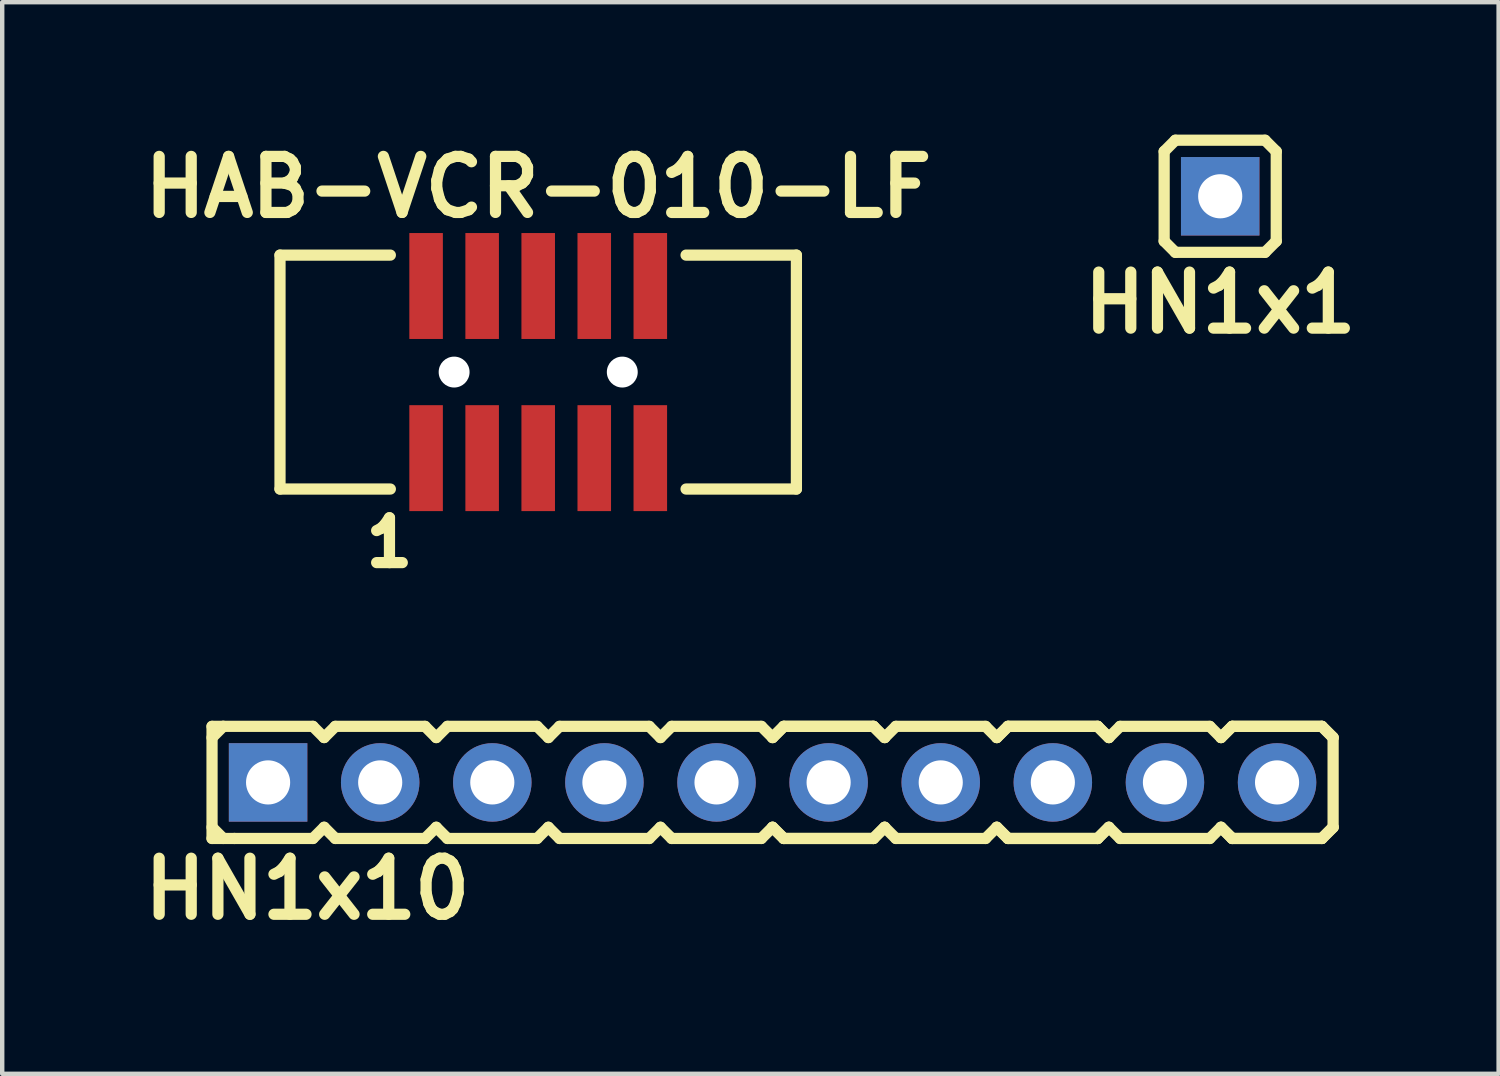
<source format=kicad_pcb>
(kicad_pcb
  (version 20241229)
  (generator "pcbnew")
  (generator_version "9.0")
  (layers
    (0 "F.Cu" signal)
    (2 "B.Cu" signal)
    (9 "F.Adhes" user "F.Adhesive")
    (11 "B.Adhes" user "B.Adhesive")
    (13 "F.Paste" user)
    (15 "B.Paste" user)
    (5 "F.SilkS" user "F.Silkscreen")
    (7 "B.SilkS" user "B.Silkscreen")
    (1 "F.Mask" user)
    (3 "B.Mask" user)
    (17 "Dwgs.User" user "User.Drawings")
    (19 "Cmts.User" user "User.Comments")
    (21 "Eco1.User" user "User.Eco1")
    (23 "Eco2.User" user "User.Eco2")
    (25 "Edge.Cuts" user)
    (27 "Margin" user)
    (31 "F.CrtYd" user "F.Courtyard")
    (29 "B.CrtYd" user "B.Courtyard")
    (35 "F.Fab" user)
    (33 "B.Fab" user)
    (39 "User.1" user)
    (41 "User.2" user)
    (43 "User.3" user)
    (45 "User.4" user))
  (footprint "HN1x1"
    (layer "F.Cu")
    (at 24.596 1.397)
    (property "Reference" "HN1x1" (at 0 2.413 0) (layer "F.SilkS") (effects (font (size 1.27 1.27) (thickness 0.254))))
    (attr smd)
    (fp_line (start -1.27 -1.016) (end -1.27 1.016) (stroke (width 0.254) (type solid)) (layer "F.SilkS"))
    (fp_line (start -1.27 -1.016) (end -1.016 -1.27) (stroke (width 0.254) (type solid)) (layer "F.SilkS"))
    (fp_line (start -1.016 -1.27) (end 1.016 -1.27) (stroke (width 0.254) (type solid)) (layer "F.SilkS"))
    (fp_line (start -1.016 1.27) (end -1.27 1.016) (stroke (width 0.254) (type solid)) (layer "F.SilkS"))
    (fp_line (start 1.016 -1.27) (end 1.27 -1.016) (stroke (width 0.254) (type solid)) (layer "F.SilkS"))
    (fp_line (start 1.016 1.27) (end -1.016 1.27) (stroke (width 0.254) (type solid)) (layer "F.SilkS"))
    (fp_line (start 1.27 -1.016) (end 1.27 1.016) (stroke (width 0.254) (type solid)) (layer "F.SilkS"))
    (fp_line (start 1.27 1.016) (end 1.016 1.27) (stroke (width 0.254) (type solid)) (layer "F.SilkS"))
    (pad "1" thru_hole rect (at 0 0) (size 1.778 1.778) (drill 1) (layers "*.Cu" "*.Mask")))
  (footprint "HAB-VCR-010-LF"
    (layer "F.Cu")
    (at 9.144 5.38)
    (property "Reference" "HAB-VCR-010-LF" (at 0 -4.191 0) (layer "F.SilkS") (effects (font (size 1.27 1.27) (thickness 0.254))))
    (attr through_hole)
    (fp_line (start -5.85 -2.65) (end -3.35 -2.65) (stroke (width 0.254) (type solid)) (layer "F.SilkS"))
    (fp_line (start -5.85 2.65) (end -5.85 -2.65) (stroke (width 0.254) (type solid)) (layer "F.SilkS"))
    (fp_line (start -5.85 2.65) (end -3.35 2.65) (stroke (width 0.254) (type solid)) (layer "F.SilkS"))
    (fp_line (start 5.85 -2.65) (end 3.35 -2.65) (stroke (width 0.254) (type solid)) (layer "F.SilkS"))
    (fp_line (start 5.85 -2.65) (end 5.85 2.65) (stroke (width 0.254) (type solid)) (layer "F.SilkS"))
    (fp_line (start 5.85 2.65) (end 3.35 2.65) (stroke (width 0.254) (type solid)) (layer "F.SilkS"))
    (fp_text user "1" (at -3.37 3.86 0) (layer "F.SilkS") (effects (font (size 1.016 1.016) (thickness 0.254))))
    (pad "" np_thru_hole circle (at -1.905 0 90) (size 0.7 0.7) (drill 0.7) (layers "*.Cu" "*.Mask"))
    (pad "" np_thru_hole circle (at 1.905 0 90) (size 0.7 0.7) (drill 0.7) (layers "*.Cu" "*.Mask"))
    (pad "1" smd rect (at -2.54 1.95 90) (size 2.4 0.76) (layers "F.Cu" "F.Mask" "F.Paste"))
    (pad "2" smd rect (at -2.54 -1.95 90) (size 2.4 0.76) (layers "F.Cu" "F.Mask" "F.Paste"))
    (pad "3" smd rect (at -1.27 1.95 90) (size 2.4 0.76) (layers "F.Cu" "F.Mask" "F.Paste"))
    (pad "4" smd rect (at -1.27 -1.95 90) (size 2.4 0.76) (layers "F.Cu" "F.Mask" "F.Paste"))
    (pad "5" smd rect (at 0 1.95 90) (size 2.4 0.76) (layers "F.Cu" "F.Mask" "F.Paste"))
    (pad "6" smd rect (at 0 -1.95 90) (size 2.4 0.76) (layers "F.Cu" "F.Mask" "F.Paste"))
    (pad "7" smd rect (at 1.27 1.95 90) (size 2.4 0.76) (layers "F.Cu" "F.Mask" "F.Paste"))
    (pad "8" smd rect (at 1.27 -1.95 90) (size 2.4 0.76) (layers "F.Cu" "F.Mask" "F.Paste"))
    (pad "9" smd rect (at 2.54 1.95 90) (size 2.4 0.76) (layers "F.Cu" "F.Mask" "F.Paste"))
    (pad "10" smd rect (at 2.54 -1.95 90) (size 2.4 0.76) (layers "F.Cu" "F.Mask" "F.Paste")))
  (footprint "HN1x10"
    (layer "F.Cu")
    (at 14.454 14.677)
    (property "Reference" "HN1x10" (at -10.541 2.413 0) (layer "F.SilkS") (effects (font (size 1.27 1.27) (thickness 0.254))))
    (attr smd)
    (fp_line (start -12.7 -1.27) (end -12.7 1.27) (stroke (width 0.254) (type solid)) (layer "F.SilkS"))
    (fp_line (start -12.7 -1.27) (end -12.446 -1.27) (stroke (width 0.254) (type solid)) (layer "F.SilkS"))
    (fp_line (start -12.7 -1.016) (end -12.446 -1.27) (stroke (width 0.254) (type solid)) (layer "F.SilkS"))
    (fp_line (start -12.446 -1.27) (end -10.414 -1.27) (stroke (width 0.254) (type solid)) (layer "F.SilkS"))
    (fp_line (start -12.446 1.27) (end -12.7 1.016) (stroke (width 0.254) (type solid)) (layer "F.SilkS"))
    (fp_line (start -12.192 1.27) (end -12.7 1.27) (stroke (width 0.254) (type solid)) (layer "F.SilkS"))
    (fp_line (start -10.414 -1.27) (end -10.16 -1.016) (stroke (width 0.254) (type solid)) (layer "F.SilkS"))
    (fp_line (start -10.414 1.27) (end -12.192 1.27) (stroke (width 0.254) (type solid)) (layer "F.SilkS"))
    (fp_line (start -10.16 -1.016) (end -9.906 -1.27) (stroke (width 0.254) (type solid)) (layer "F.SilkS"))
    (fp_line (start -10.16 1.016) (end -10.414 1.27) (stroke (width 0.254) (type solid)) (layer "F.SilkS"))
    (fp_line (start -9.906 -1.27) (end -7.874 -1.27) (stroke (width 0.254) (type solid)) (layer "F.SilkS"))
    (fp_line (start -9.906 1.27) (end -10.16 1.016) (stroke (width 0.254) (type solid)) (layer "F.SilkS"))
    (fp_line (start -7.874 -1.27) (end -7.62 -1.016) (stroke (width 0.254) (type solid)) (layer "F.SilkS"))
    (fp_line (start -7.874 1.27) (end -9.906 1.27) (stroke (width 0.254) (type solid)) (layer "F.SilkS"))
    (fp_line (start -7.874 1.27) (end -7.62 1.016) (stroke (width 0.254) (type solid)) (layer "F.SilkS"))
    (fp_line (start -7.62 -1.016) (end -7.366 -1.27) (stroke (width 0.254) (type solid)) (layer "F.SilkS"))
    (fp_line (start -7.62 1.016) (end -7.366 1.27) (stroke (width 0.254) (type solid)) (layer "F.SilkS"))
    (fp_line (start -7.366 -1.27) (end -5.334 -1.27) (stroke (width 0.254) (type solid)) (layer "F.SilkS"))
    (fp_line (start -5.334 -1.27) (end -5.08 -1.016) (stroke (width 0.254) (type solid)) (layer "F.SilkS"))
    (fp_line (start -5.334 1.27) (end -7.366 1.27) (stroke (width 0.254) (type solid)) (layer "F.SilkS"))
    (fp_line (start -5.08 -1.016) (end -4.826 -1.27) (stroke (width 0.254) (type solid)) (layer "F.SilkS"))
    (fp_line (start -5.08 1.016) (end -5.334 1.27) (stroke (width 0.254) (type solid)) (layer "F.SilkS"))
    (fp_line (start -4.826 -1.27) (end -2.794 -1.27) (stroke (width 0.254) (type solid)) (layer "F.SilkS"))
    (fp_line (start -4.826 1.27) (end -5.08 1.016) (stroke (width 0.254) (type solid)) (layer "F.SilkS"))
    (fp_line (start -2.794 -1.27) (end -2.54 -1.016) (stroke (width 0.254) (type solid)) (layer "F.SilkS"))
    (fp_line (start -2.794 1.27) (end -4.826 1.27) (stroke (width 0.254) (type solid)) (layer "F.SilkS"))
    (fp_line (start -2.54 -1.016) (end -2.286 -1.27) (stroke (width 0.254) (type solid)) (layer "F.SilkS"))
    (fp_line (start -2.54 1.016) (end -2.794 1.27) (stroke (width 0.254) (type solid)) (layer "F.SilkS"))
    (fp_line (start -2.286 -1.27) (end -0.254 -1.27) (stroke (width 0.254) (type solid)) (layer "F.SilkS"))
    (fp_line (start -2.286 1.27) (end -2.54 1.016) (stroke (width 0.254) (type solid)) (layer "F.SilkS"))
    (fp_line (start -0.254 -1.27) (end 0 -1.016) (stroke (width 0.254) (type solid)) (layer "F.SilkS"))
    (fp_line (start -0.254 1.27) (end -2.286 1.27) (stroke (width 0.254) (type solid)) (layer "F.SilkS"))
    (fp_line (start 0 -1.016) (end 0.254 -1.27) (stroke (width 0.254) (type solid)) (layer "F.SilkS"))
    (fp_line (start 0 -1.016) (end 0.254 -1.27) (stroke (width 0.254) (type solid)) (layer "F.SilkS"))
    (fp_line (start 0 1.016) (end -0.254 1.27) (stroke (width 0.254) (type solid)) (layer "F.SilkS"))
    (fp_line (start 0.254 -1.27) (end 2.286 -1.27) (stroke (width 0.254) (type solid)) (layer "F.SilkS"))
    (fp_line (start 0.254 -1.27) (end 2.286 -1.27) (stroke (width 0.254) (type solid)) (layer "F.SilkS"))
    (fp_line (start 0.254 1.27) (end 0 1.016) (stroke (width 0.254) (type solid)) (layer "F.SilkS"))
    (fp_line (start 0.254 1.27) (end 0 1.016) (stroke (width 0.254) (type solid)) (layer "F.SilkS"))
    (fp_line (start 2.286 -1.27) (end 2.54 -1.016) (stroke (width 0.254) (type solid)) (layer "F.SilkS"))
    (fp_line (start 2.286 -1.27) (end 2.54 -1.016) (stroke (width 0.254) (type solid)) (layer "F.SilkS"))
    (fp_line (start 2.286 1.27) (end 0.254 1.27) (stroke (width 0.254) (type solid)) (layer "F.SilkS"))
    (fp_line (start 2.286 1.27) (end 0.254 1.27) (stroke (width 0.254) (type solid)) (layer "F.SilkS"))
    (fp_line (start 2.54 -1.016) (end 2.794 -1.27) (stroke (width 0.254) (type solid)) (layer "F.SilkS"))
    (fp_line (start 2.54 1.016) (end 2.286 1.27) (stroke (width 0.254) (type solid)) (layer "F.SilkS"))
    (fp_line (start 2.54 1.016) (end 2.286 1.27) (stroke (width 0.254) (type solid)) (layer "F.SilkS"))
    (fp_line (start 2.794 -1.27) (end 4.826 -1.27) (stroke (width 0.254) (type solid)) (layer "F.SilkS"))
    (fp_line (start 2.794 1.27) (end 2.54 1.016) (stroke (width 0.254) (type solid)) (layer "F.SilkS"))
    (fp_line (start 4.826 -1.27) (end 5.08 -1.016) (stroke (width 0.254) (type solid)) (layer "F.SilkS"))
    (fp_line (start 4.826 1.27) (end 2.794 1.27) (stroke (width 0.254) (type solid)) (layer "F.SilkS"))
    (fp_line (start 5.08 -1.016) (end 5.334 -1.27) (stroke (width 0.254) (type solid)) (layer "F.SilkS"))
    (fp_line (start 5.08 -1.016) (end 5.334 -1.27) (stroke (width 0.254) (type solid)) (layer "F.SilkS"))
    (fp_line (start 5.08 1.016) (end 4.826 1.27) (stroke (width 0.254) (type solid)) (layer "F.SilkS"))
    (fp_line (start 5.334 -1.27) (end 7.366 -1.27) (stroke (width 0.254) (type solid)) (layer "F.SilkS"))
    (fp_line (start 5.334 -1.27) (end 7.366 -1.27) (stroke (width 0.254) (type solid)) (layer "F.SilkS"))
    (fp_line (start 5.334 1.27) (end 5.08 1.016) (stroke (width 0.254) (type solid)) (layer "F.SilkS"))
    (fp_line (start 5.334 1.27) (end 5.08 1.016) (stroke (width 0.254) (type solid)) (layer "F.SilkS"))
    (fp_line (start 7.366 -1.27) (end 7.62 -1.016) (stroke (width 0.254) (type solid)) (layer "F.SilkS"))
    (fp_line (start 7.366 -1.27) (end 7.62 -1.016) (stroke (width 0.254) (type solid)) (layer "F.SilkS"))
    (fp_line (start 7.366 1.27) (end 5.334 1.27) (stroke (width 0.254) (type solid)) (layer "F.SilkS"))
    (fp_line (start 7.366 1.27) (end 5.334 1.27) (stroke (width 0.254) (type solid)) (layer "F.SilkS"))
    (fp_line (start 7.62 -1.016) (end 7.874 -1.27) (stroke (width 0.254) (type solid)) (layer "F.SilkS"))
    (fp_line (start 7.62 1.016) (end 7.366 1.27) (stroke (width 0.254) (type solid)) (layer "F.SilkS"))
    (fp_line (start 7.62 1.016) (end 7.366 1.27) (stroke (width 0.254) (type solid)) (layer "F.SilkS"))
    (fp_line (start 7.874 -1.27) (end 9.906 -1.27) (stroke (width 0.254) (type solid)) (layer "F.SilkS"))
    (fp_line (start 7.874 1.27) (end 7.62 1.016) (stroke (width 0.254) (type solid)) (layer "F.SilkS"))
    (fp_line (start 9.906 -1.27) (end 10.16 -1.016) (stroke (width 0.254) (type solid)) (layer "F.SilkS"))
    (fp_line (start 9.906 1.27) (end 7.874 1.27) (stroke (width 0.254) (type solid)) (layer "F.SilkS"))
    (fp_line (start 10.16 -1.016) (end 10.414 -1.27) (stroke (width 0.254) (type solid)) (layer "F.SilkS"))
    (fp_line (start 10.16 -1.016) (end 10.414 -1.27) (stroke (width 0.254) (type solid)) (layer "F.SilkS"))
    (fp_line (start 10.16 1.016) (end 9.906 1.27) (stroke (width 0.254) (type solid)) (layer "F.SilkS"))
    (fp_line (start 10.414 -1.27) (end 12.446 -1.27) (stroke (width 0.254) (type solid)) (layer "F.SilkS"))
    (fp_line (start 10.414 -1.27) (end 12.446 -1.27) (stroke (width 0.254) (type solid)) (layer "F.SilkS"))
    (fp_line (start 10.414 1.27) (end 10.16 1.016) (stroke (width 0.254) (type solid)) (layer "F.SilkS"))
    (fp_line (start 10.414 1.27) (end 10.16 1.016) (stroke (width 0.254) (type solid)) (layer "F.SilkS"))
    (fp_line (start 12.446 -1.27) (end 12.7 -1.016) (stroke (width 0.254) (type solid)) (layer "F.SilkS"))
    (fp_line (start 12.446 -1.27) (end 12.7 -1.016) (stroke (width 0.254) (type solid)) (layer "F.SilkS"))
    (fp_line (start 12.446 1.27) (end 10.414 1.27) (stroke (width 0.254) (type solid)) (layer "F.SilkS"))
    (fp_line (start 12.446 1.27) (end 10.414 1.27) (stroke (width 0.254) (type solid)) (layer "F.SilkS"))
    (fp_line (start 12.7 -1.016) (end 12.7 1.016) (stroke (width 0.254) (type solid)) (layer "F.SilkS"))
    (fp_line (start 12.7 1.016) (end 12.446 1.27) (stroke (width 0.254) (type solid)) (layer "F.SilkS"))
    (fp_line (start 12.7 1.016) (end 12.446 1.27) (stroke (width 0.254) (type solid)) (layer "F.SilkS"))
    (pad "1" thru_hole rect (at -11.43 0) (size 1.778 1.778) (drill 1) (layers "*.Cu" "*.Mask"))
    (pad "2" thru_hole circle (at -8.89 0) (size 1.778 1.778) (drill 1) (layers "*.Cu" "*.Mask"))
    (pad "3" thru_hole circle (at -6.35 0) (size 1.778 1.778) (drill 1) (layers "*.Cu" "*.Mask"))
    (pad "4" thru_hole circle (at -3.81 0) (size 1.778 1.778) (drill 1) (layers "*.Cu" "*.Mask"))
    (pad "5" thru_hole circle (at -1.27 0) (size 1.778 1.778) (drill 1) (layers "*.Cu" "*.Mask"))
    (pad "6" thru_hole circle (at 1.27 0) (size 1.778 1.778) (drill 1) (layers "*.Cu" "*.Mask"))
    (pad "7" thru_hole circle (at 3.81 0) (size 1.778 1.778) (drill 1) (layers "*.Cu" "*.Mask"))
    (pad "8" thru_hole circle (at 6.35 0) (size 1.778 1.778) (drill 1) (layers "*.Cu" "*.Mask"))
    (pad "9" thru_hole circle (at 8.89 0) (size 1.778 1.778) (drill 1) (layers "*.Cu" "*.Mask"))
    (pad "10" thru_hole circle (at 11.43 0) (size 1.778 1.778) (drill 1) (layers "*.Cu" "*.Mask")))
  (gr_rect
    (start -3 -3)
    (end 30.904 21.279)
    (stroke (width 0.1) (type default))
    (fill no)
    (layer "Edge.Cuts")))
</source>
